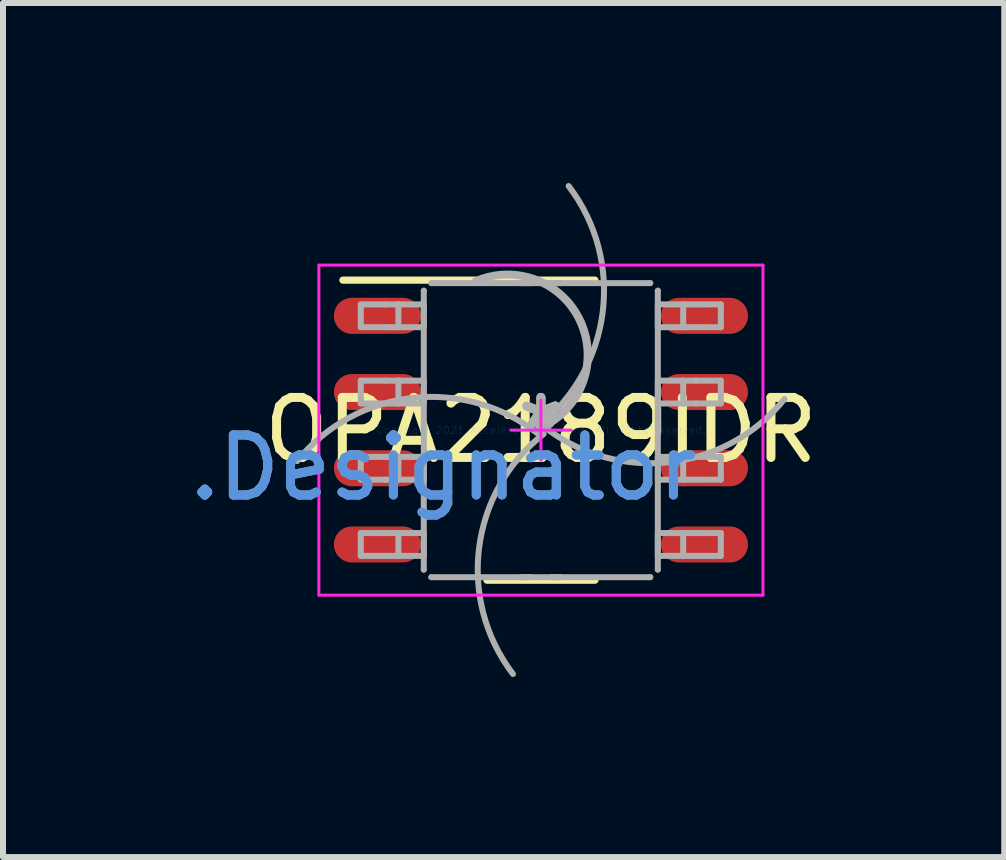
<source format=kicad_pcb>
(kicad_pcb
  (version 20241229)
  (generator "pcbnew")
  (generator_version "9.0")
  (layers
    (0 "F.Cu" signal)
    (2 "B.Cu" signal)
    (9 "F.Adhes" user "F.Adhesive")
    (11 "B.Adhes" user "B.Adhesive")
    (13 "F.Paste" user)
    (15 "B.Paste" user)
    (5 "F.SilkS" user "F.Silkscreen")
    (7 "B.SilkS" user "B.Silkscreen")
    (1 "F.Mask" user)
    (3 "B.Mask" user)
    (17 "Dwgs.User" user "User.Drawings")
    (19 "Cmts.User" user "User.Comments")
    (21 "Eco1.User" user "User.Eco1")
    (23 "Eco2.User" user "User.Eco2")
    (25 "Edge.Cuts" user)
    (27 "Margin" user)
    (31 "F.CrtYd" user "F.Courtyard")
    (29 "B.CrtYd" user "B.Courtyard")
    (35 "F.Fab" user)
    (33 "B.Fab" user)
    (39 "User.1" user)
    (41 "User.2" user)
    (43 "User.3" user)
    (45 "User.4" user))
  (footprint "OPA2189IDR"
    (layer "F.Cu")
    (at 5.964 4.118)
    (property "Reference" "OPA2189IDR" (at 0 0 0) (layer "F.SilkS") (effects (font (size 1 1) (thickness 0.15))))
    (attr through_hole)
    (fp_line (start -3.3 -2.5) (end 0.9 -2.5) (stroke (width 0.12) (type solid)) (layer "F.SilkS"))
    (fp_line (start -0.9 2.5) (end 0.9 2.5) (stroke (width 0.12) (type solid)) (layer "F.SilkS"))
    (fp_line (start -3.7 -2.75) (end 3.7 -2.75) (stroke (width 0.05) (type solid)) (layer "F.CrtYd"))
    (fp_line (start -3.7 2.75) (end -3.7 -2.75) (stroke (width 0.05) (type solid)) (layer "F.CrtYd"))
    (fp_line (start -3.7 2.75) (end 3.7 2.75) (stroke (width 0.05) (type solid)) (layer "F.CrtYd"))
    (fp_line (start -0.5 0) (end 0.5 0) (stroke (width 0.05) (type solid)) (layer "F.CrtYd"))
    (fp_line (start 0 0.5) (end 0 -0.5) (stroke (width 0.05) (type solid)) (layer "F.CrtYd"))
    (fp_line (start 3.7 2.75) (end 3.7 -2.75) (stroke (width 0.05) (type solid)) (layer "F.CrtYd"))
    (fp_line (start -3.002 -2.095) (end -2.589 -2.095) (stroke (width 0.1) (type solid)) (layer "F.Fab"))
    (fp_line (start -3.002 -1.715) (end -3.002 -2.095) (stroke (width 0.1) (type solid)) (layer "F.Fab"))
    (fp_line (start -3.002 -1.715) (end -2.589 -1.715) (stroke (width 0.1) (type solid)) (layer "F.Fab"))
    (fp_line (start -3.002 -0.825) (end -2.589 -0.825) (stroke (width 0.1) (type solid)) (layer "F.Fab"))
    (fp_line (start -3.002 -0.445) (end -3.002 -0.825) (stroke (width 0.1) (type solid)) (layer "F.Fab"))
    (fp_line (start -3.002 -0.445) (end -2.589 -0.445) (stroke (width 0.1) (type solid)) (layer "F.Fab"))
    (fp_line (start -3.002 0.445) (end -2.589 0.445) (stroke (width 0.1) (type solid)) (layer "F.Fab"))
    (fp_line (start -3.002 0.825) (end -3.002 0.445) (stroke (width 0.1) (type solid)) (layer "F.Fab"))
    (fp_line (start -3.002 0.825) (end -2.589 0.825) (stroke (width 0.1) (type solid)) (layer "F.Fab"))
    (fp_line (start -3.002 1.715) (end -2.589 1.715) (stroke (width 0.1) (type solid)) (layer "F.Fab"))
    (fp_line (start -3.002 2.095) (end -3.002 1.715) (stroke (width 0.1) (type solid)) (layer "F.Fab"))
    (fp_line (start -3.002 2.095) (end -2.589 2.095) (stroke (width 0.1) (type solid)) (layer "F.Fab"))
    (fp_line (start -2.589 -2.095) (end -2.375 -2.095) (stroke (width 0.1) (type solid)) (layer "F.Fab"))
    (fp_line (start -2.589 -1.715) (end -2.375 -1.715) (stroke (width 0.1) (type solid)) (layer "F.Fab"))
    (fp_line (start -2.589 -0.825) (end -2.375 -0.825) (stroke (width 0.1) (type solid)) (layer "F.Fab"))
    (fp_line (start -2.589 -0.445) (end -2.375 -0.445) (stroke (width 0.1) (type solid)) (layer "F.Fab"))
    (fp_line (start -2.589 0.445) (end -2.375 0.445) (stroke (width 0.1) (type solid)) (layer "F.Fab"))
    (fp_line (start -2.589 0.825) (end -2.375 0.825) (stroke (width 0.1) (type solid)) (layer "F.Fab"))
    (fp_line (start -2.589 1.715) (end -2.375 1.715) (stroke (width 0.1) (type solid)) (layer "F.Fab"))
    (fp_line (start -2.589 2.095) (end -2.375 2.095) (stroke (width 0.1) (type solid)) (layer "F.Fab"))
    (fp_line (start -2.375 -2.095) (end -1.995 -2.095) (stroke (width 0.1) (type solid)) (layer "F.Fab"))
    (fp_line (start -2.375 -1.715) (end -2.375 -2.095) (stroke (width 0.1) (type solid)) (layer "F.Fab"))
    (fp_line (start -2.375 -1.715) (end -1.995 -1.715) (stroke (width 0.1) (type solid)) (layer "F.Fab"))
    (fp_line (start -2.375 -0.825) (end -1.995 -0.825) (stroke (width 0.1) (type solid)) (layer "F.Fab"))
    (fp_line (start -2.375 -0.445) (end -2.375 -0.825) (stroke (width 0.1) (type solid)) (layer "F.Fab"))
    (fp_line (start -2.375 -0.445) (end -1.995 -0.445) (stroke (width 0.1) (type solid)) (layer "F.Fab"))
    (fp_line (start -2.375 0.445) (end -1.995 0.445) (stroke (width 0.1) (type solid)) (layer "F.Fab"))
    (fp_line (start -2.375 0.825) (end -2.375 0.445) (stroke (width 0.1) (type solid)) (layer "F.Fab"))
    (fp_line (start -2.375 0.825) (end -1.995 0.825) (stroke (width 0.1) (type solid)) (layer "F.Fab"))
    (fp_line (start -2.375 1.715) (end -1.995 1.715) (stroke (width 0.1) (type solid)) (layer "F.Fab"))
    (fp_line (start -2.375 2.095) (end -2.375 1.715) (stroke (width 0.1) (type solid)) (layer "F.Fab"))
    (fp_line (start -2.375 2.095) (end -1.995 2.095) (stroke (width 0.1) (type solid)) (layer "F.Fab"))
    (fp_line (start -1.995 -2.095) (end -1.952 -2.095) (stroke (width 0.1) (type solid)) (layer "F.Fab"))
    (fp_line (start -1.995 -1.715) (end -1.952 -1.715) (stroke (width 0.1) (type solid)) (layer "F.Fab"))
    (fp_line (start -1.995 -0.825) (end -1.952 -0.825) (stroke (width 0.1) (type solid)) (layer "F.Fab"))
    (fp_line (start -1.995 -0.445) (end -1.952 -0.445) (stroke (width 0.1) (type solid)) (layer "F.Fab"))
    (fp_line (start -1.995 0.445) (end -1.952 0.445) (stroke (width 0.1) (type solid)) (layer "F.Fab"))
    (fp_line (start -1.995 0.825) (end -1.952 0.825) (stroke (width 0.1) (type solid)) (layer "F.Fab"))
    (fp_line (start -1.995 1.715) (end -1.952 1.715) (stroke (width 0.1) (type solid)) (layer "F.Fab"))
    (fp_line (start -1.995 2.095) (end -1.952 2.095) (stroke (width 0.1) (type solid)) (layer "F.Fab"))
    (fp_line (start -1.952 -2.323) (end -1.952 -2.324) (stroke (width 0.1) (type solid)) (layer "F.Fab"))
    (fp_line (start -1.952 -1.715) (end -1.952 -2.095) (stroke (width 0.1) (type solid)) (layer "F.Fab"))
    (fp_line (start -1.952 -0.445) (end -1.952 -0.825) (stroke (width 0.1) (type solid)) (layer "F.Fab"))
    (fp_line (start -1.952 0.825) (end -1.952 0.445) (stroke (width 0.1) (type solid)) (layer "F.Fab"))
    (fp_line (start -1.952 2.095) (end -1.952 1.715) (stroke (width 0.1) (type solid)) (layer "F.Fab"))
    (fp_line (start -1.952 2.323) (end -1.952 -2.323) (stroke (width 0.1) (type solid)) (layer "F.Fab"))
    (fp_line (start -1.952 2.324) (end -1.952 2.323) (stroke (width 0.1) (type solid)) (layer "F.Fab"))
    (fp_line (start -1.826 -2.45) (end -1.825 -2.45) (stroke (width 0.1) (type solid)) (layer "F.Fab"))
    (fp_line (start -1.826 2.45) (end -1.825 2.45) (stroke (width 0.1) (type solid)) (layer "F.Fab"))
    (fp_line (start -1.825 -2.45) (end -0.332 -2.45) (stroke (width 0.1) (type solid)) (layer "F.Fab"))
    (fp_line (start -1.825 2.45) (end -0.332 2.45) (stroke (width 0.1) (type solid)) (layer "F.Fab"))
    (fp_line (start -0.332 -2.45) (end -0.182 -2.45) (stroke (width 0.1) (type solid)) (layer "F.Fab"))
    (fp_line (start -0.332 -2.45) (end -0.182 -2.45) (stroke (width 0.1) (type solid)) (layer "F.Fab"))
    (fp_line (start -0.332 2.45) (end -0.182 2.45) (stroke (width 0.1) (type solid)) (layer "F.Fab"))
    (fp_line (start -0.332 2.45) (end -0.182 2.45) (stroke (width 0.1) (type solid)) (layer "F.Fab"))
    (fp_line (start -0.182 -2.45) (end 0.178 -2.45) (stroke (width 0.1) (type solid)) (layer "F.Fab"))
    (fp_line (start -0.182 2.45) (end 0.178 2.45) (stroke (width 0.1) (type solid)) (layer "F.Fab"))
    (fp_line (start 0.178 -2.45) (end 0.328 -2.45) (stroke (width 0.1) (type solid)) (layer "F.Fab"))
    (fp_line (start 0.178 -2.45) (end 0.328 -2.45) (stroke (width 0.1) (type solid)) (layer "F.Fab"))
    (fp_line (start 0.178 2.45) (end 0.328 2.45) (stroke (width 0.1) (type solid)) (layer "F.Fab"))
    (fp_line (start 0.178 2.45) (end 0.328 2.45) (stroke (width 0.1) (type solid)) (layer "F.Fab"))
    (fp_line (start 0.328 -2.45) (end 1.821 -2.45) (stroke (width 0.1) (type solid)) (layer "F.Fab"))
    (fp_line (start 0.328 2.45) (end 1.821 2.45) (stroke (width 0.1) (type solid)) (layer "F.Fab"))
    (fp_line (start 1.821 -2.45) (end 1.822 -2.45) (stroke (width 0.1) (type solid)) (layer "F.Fab"))
    (fp_line (start 1.821 2.45) (end 1.822 2.45) (stroke (width 0.1) (type solid)) (layer "F.Fab"))
    (fp_line (start 1.948 -2.323) (end 1.948 -2.324) (stroke (width 0.1) (type solid)) (layer "F.Fab"))
    (fp_line (start 1.948 -2.095) (end 1.991 -2.095) (stroke (width 0.1) (type solid)) (layer "F.Fab"))
    (fp_line (start 1.948 -1.715) (end 1.948 -2.095) (stroke (width 0.1) (type solid)) (layer "F.Fab"))
    (fp_line (start 1.948 -1.715) (end 1.991 -1.715) (stroke (width 0.1) (type solid)) (layer "F.Fab"))
    (fp_line (start 1.948 -0.825) (end 1.991 -0.825) (stroke (width 0.1) (type solid)) (layer "F.Fab"))
    (fp_line (start 1.948 -0.445) (end 1.948 -0.825) (stroke (width 0.1) (type solid)) (layer "F.Fab"))
    (fp_line (start 1.948 -0.445) (end 1.991 -0.445) (stroke (width 0.1) (type solid)) (layer "F.Fab"))
    (fp_line (start 1.948 0.445) (end 1.991 0.445) (stroke (width 0.1) (type solid)) (layer "F.Fab"))
    (fp_line (start 1.948 0.825) (end 1.948 0.445) (stroke (width 0.1) (type solid)) (layer "F.Fab"))
    (fp_line (start 1.948 0.825) (end 1.991 0.825) (stroke (width 0.1) (type solid)) (layer "F.Fab"))
    (fp_line (start 1.948 1.715) (end 1.991 1.715) (stroke (width 0.1) (type solid)) (layer "F.Fab"))
    (fp_line (start 1.948 2.095) (end 1.948 1.715) (stroke (width 0.1) (type solid)) (layer "F.Fab"))
    (fp_line (start 1.948 2.095) (end 1.991 2.095) (stroke (width 0.1) (type solid)) (layer "F.Fab"))
    (fp_line (start 1.948 2.323) (end 1.948 -2.323) (stroke (width 0.1) (type solid)) (layer "F.Fab"))
    (fp_line (start 1.948 2.324) (end 1.948 2.323) (stroke (width 0.1) (type solid)) (layer "F.Fab"))
    (fp_line (start 1.991 -2.095) (end 2.371 -2.095) (stroke (width 0.1) (type solid)) (layer "F.Fab"))
    (fp_line (start 1.991 -1.715) (end 2.371 -1.715) (stroke (width 0.1) (type solid)) (layer "F.Fab"))
    (fp_line (start 1.991 -0.825) (end 2.371 -0.825) (stroke (width 0.1) (type solid)) (layer "F.Fab"))
    (fp_line (start 1.991 -0.445) (end 2.371 -0.445) (stroke (width 0.1) (type solid)) (layer "F.Fab"))
    (fp_line (start 1.991 0.445) (end 2.371 0.445) (stroke (width 0.1) (type solid)) (layer "F.Fab"))
    (fp_line (start 1.991 0.825) (end 2.371 0.825) (stroke (width 0.1) (type solid)) (layer "F.Fab"))
    (fp_line (start 1.991 1.715) (end 2.371 1.715) (stroke (width 0.1) (type solid)) (layer "F.Fab"))
    (fp_line (start 1.991 2.095) (end 2.371 2.095) (stroke (width 0.1) (type solid)) (layer "F.Fab"))
    (fp_line (start 2.371 -2.095) (end 2.585 -2.095) (stroke (width 0.1) (type solid)) (layer "F.Fab"))
    (fp_line (start 2.371 -1.715) (end 2.371 -2.095) (stroke (width 0.1) (type solid)) (layer "F.Fab"))
    (fp_line (start 2.371 -1.715) (end 2.585 -1.715) (stroke (width 0.1) (type solid)) (layer "F.Fab"))
    (fp_line (start 2.371 -0.825) (end 2.585 -0.825) (stroke (width 0.1) (type solid)) (layer "F.Fab"))
    (fp_line (start 2.371 -0.445) (end 2.371 -0.825) (stroke (width 0.1) (type solid)) (layer "F.Fab"))
    (fp_line (start 2.371 -0.445) (end 2.585 -0.445) (stroke (width 0.1) (type solid)) (layer "F.Fab"))
    (fp_line (start 2.371 0.445) (end 2.585 0.445) (stroke (width 0.1) (type solid)) (layer "F.Fab"))
    (fp_line (start 2.371 0.825) (end 2.371 0.445) (stroke (width 0.1) (type solid)) (layer "F.Fab"))
    (fp_line (start 2.371 0.825) (end 2.585 0.825) (stroke (width 0.1) (type solid)) (layer "F.Fab"))
    (fp_line (start 2.371 1.715) (end 2.585 1.715) (stroke (width 0.1) (type solid)) (layer "F.Fab"))
    (fp_line (start 2.371 2.095) (end 2.371 1.715) (stroke (width 0.1) (type solid)) (layer "F.Fab"))
    (fp_line (start 2.371 2.095) (end 2.585 2.095) (stroke (width 0.1) (type solid)) (layer "F.Fab"))
    (fp_line (start 2.585 -2.095) (end 2.998 -2.095) (stroke (width 0.1) (type solid)) (layer "F.Fab"))
    (fp_line (start 2.585 -1.715) (end 2.998 -1.715) (stroke (width 0.1) (type solid)) (layer "F.Fab"))
    (fp_line (start 2.585 -0.825) (end 2.998 -0.825) (stroke (width 0.1) (type solid)) (layer "F.Fab"))
    (fp_line (start 2.585 -0.445) (end 2.998 -0.445) (stroke (width 0.1) (type solid)) (layer "F.Fab"))
    (fp_line (start 2.585 0.445) (end 2.998 0.445) (stroke (width 0.1) (type solid)) (layer "F.Fab"))
    (fp_line (start 2.585 0.825) (end 2.998 0.825) (stroke (width 0.1) (type solid)) (layer "F.Fab"))
    (fp_line (start 2.585 1.715) (end 2.998 1.715) (stroke (width 0.1) (type solid)) (layer "F.Fab"))
    (fp_line (start 2.585 2.095) (end 2.998 2.095) (stroke (width 0.1) (type solid)) (layer "F.Fab"))
    (fp_line (start 2.998 -1.715) (end 2.998 -2.095) (stroke (width 0.1) (type solid)) (layer "F.Fab"))
    (fp_line (start 2.998 -0.445) (end 2.998 -0.825) (stroke (width 0.1) (type solid)) (layer "F.Fab"))
    (fp_line (start 2.998 0.825) (end 2.998 0.445) (stroke (width 0.1) (type solid)) (layer "F.Fab"))
    (fp_line (start 2.998 2.095) (end 2.998 1.715) (stroke (width 0.1) (type solid)) (layer "F.Fab"))
    (fp_arc (start -4.062338 0.514141) (mid -2.149228 -0.53577) (end -0.049581 0.059028) (stroke (width 0.1) (type solid)) (layer "F.Fab"))
    (fp_arc (start -1.095903 -2.495654) (mid 0.684454 -1.797103) (end -0.014097 -0.016746) (stroke (width 0.1) (type solid)) (layer "F.Fab"))
    (fp_arc (start -1.095903 -2.465331) (mid 0.654131 -1.797103) (end -0.014097 -0.047069) (stroke (width 0.1) (type solid)) (layer "F.Fab"))
    (fp_arc (start -0.465877 4.063926) (mid -1.029887 1.95812) (end 0.046277 0.06223) (stroke (width 0.1) (type solid)) (layer "F.Fab"))
    (fp_arc (start 0.461937 -4.067844) (mid 1.02867 -1.960865) (end -0.046379 -0.06223) (stroke (width 0.1) (type solid)) (layer "F.Fab"))
    (fp_arc (start 4.058399 -0.518059) (mid 2.148011 0.533025) (end 0.049479 -0.059028) (stroke (width 0.1) (type solid)) (layer "F.Fab"))
    (fp_text user "*" (at 0 0 0) (layer "F.SilkS") (effects (font (size 1 1) (thickness 0.15))))
    (fp_text user ".Designator" (at -1.625 0.625 0) (layer "Cmts.User") (effects (font (size 1 1) (thickness 0.15))))
    (fp_text user "Copyright 2021 Accelerated Designs. All rights reserved." (at 0 0 0) (layer "Cmts.User") (effects (font (size 0.127 0.127) (thickness 0.002))))
    (fp_text user ".Designator" (at -1.625 0.625 0) (layer "F.Fab") (effects (font (size 1 1) (thickness 0.15))))
    (fp_text user "*" (at 0 0 0) (layer "F.Fab") (effects (font (size 1 1) (thickness 0.15))))
    (pad "1" smd oval (at -2.725 -1.905 90) (size 0.6 1.45) (layers "F.Cu" "F.Mask" "F.Paste"))
    (pad "2" smd oval (at -2.725 -0.635 90) (size 0.6 1.45) (layers "F.Cu" "F.Mask" "F.Paste"))
    (pad "3" smd oval (at -2.725 0.635 90) (size 0.6 1.45) (layers "F.Cu" "F.Mask" "F.Paste"))
    (pad "4" smd oval (at -2.725 1.905 90) (size 0.6 1.45) (layers "F.Cu" "F.Mask" "F.Paste"))
    (pad "5" smd oval (at 2.725 1.905 90) (size 0.6 1.45) (layers "F.Cu" "F.Mask" "F.Paste"))
    (pad "6" smd oval (at 2.725 0.635 90) (size 0.6 1.45) (layers "F.Cu" "F.Mask" "F.Paste"))
    (pad "7" smd oval (at 2.725 -0.635 90) (size 0.6 1.45) (layers "F.Cu" "F.Mask" "F.Paste"))
    (pad "8" smd oval (at 2.725 -1.905 90) (size 0.6 1.45) (layers "F.Cu" "F.Mask" "F.Paste")))
  (gr_rect
    (start -3 -3)
    (end 13.685 11.232)
    (stroke (width 0.1) (type default))
    (fill no)
    (layer "Edge.Cuts")))
</source>
